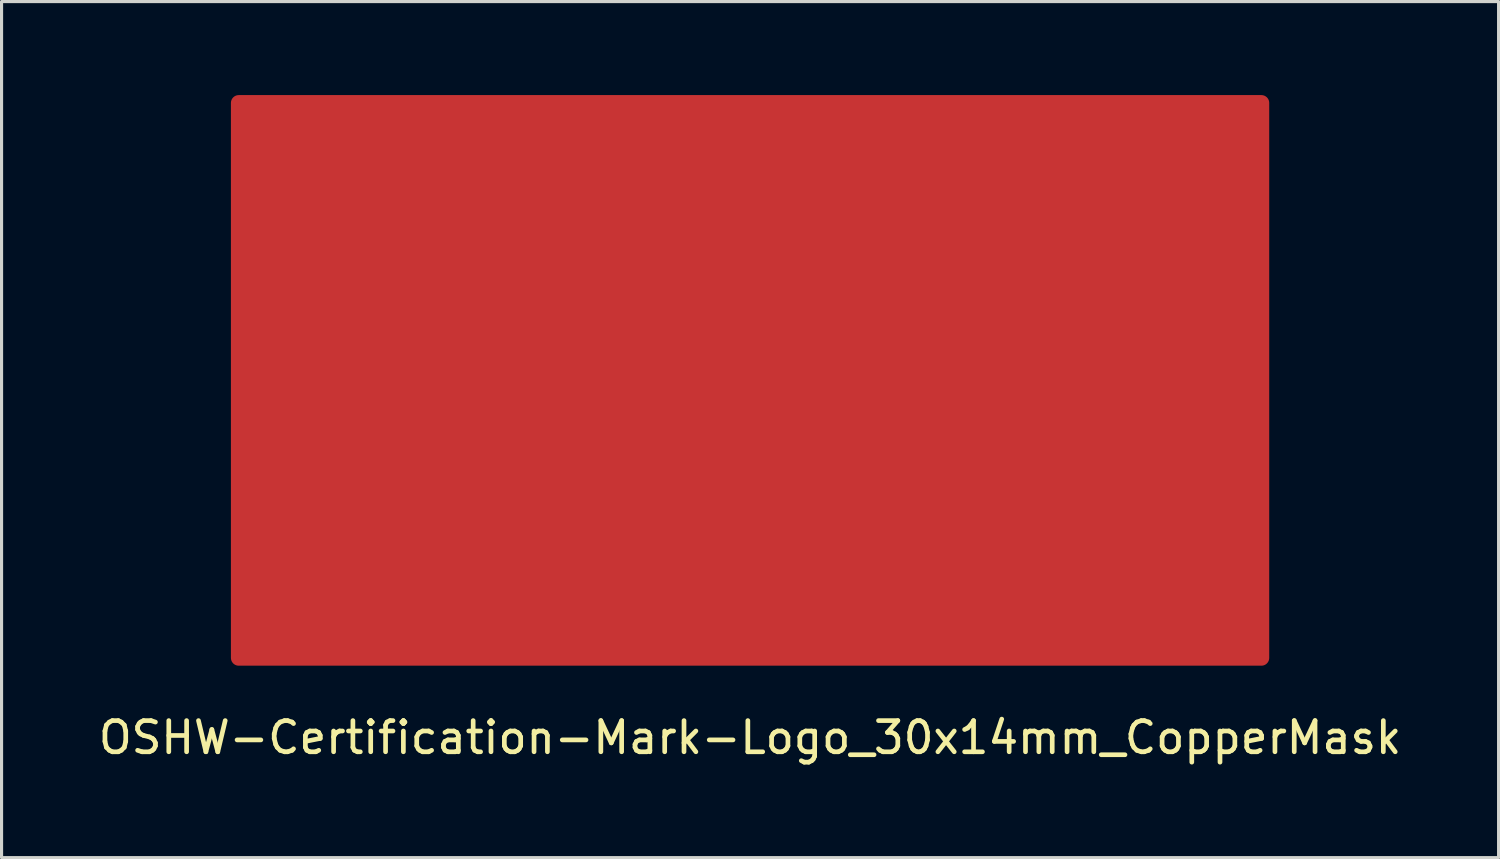
<source format=kicad_pcb>
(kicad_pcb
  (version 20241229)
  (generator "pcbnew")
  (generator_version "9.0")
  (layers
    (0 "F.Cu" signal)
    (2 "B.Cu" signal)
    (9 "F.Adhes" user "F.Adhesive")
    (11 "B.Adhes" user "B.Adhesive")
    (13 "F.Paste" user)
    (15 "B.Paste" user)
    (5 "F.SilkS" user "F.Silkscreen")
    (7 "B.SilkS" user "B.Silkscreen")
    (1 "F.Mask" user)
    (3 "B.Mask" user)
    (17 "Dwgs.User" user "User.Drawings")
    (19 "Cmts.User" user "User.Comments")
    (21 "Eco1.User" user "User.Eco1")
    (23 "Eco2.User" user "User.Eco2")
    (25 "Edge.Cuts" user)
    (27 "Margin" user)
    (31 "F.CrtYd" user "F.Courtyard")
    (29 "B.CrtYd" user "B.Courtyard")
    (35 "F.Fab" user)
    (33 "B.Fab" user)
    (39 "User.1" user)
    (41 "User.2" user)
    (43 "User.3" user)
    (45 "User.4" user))
  (footprint "OSHW-Certification-Mark-Logo_30x14mm_CopperMask"
    (layer "F.Cu")
    (at 21.006 8.85)
    (property "Reference" "OSHW-Certification-Mark-Logo_30x14mm_CopperMask" (at 0.000231 11.756 0) (unlocked yes) (layer "F.SilkS") (effects (font (size 1 1) (thickness 0.15))))
    (attr board_only exclude_from_pos_files exclude_from_bom allow_missing_courtyard)
    (fp_rect (start -16.4 -8.6) (end 16.4 9.2) (stroke (width 0.5) (type solid)) (fill yes) (layer "F.Cu"))
    (fp_poly (pts (xy -6.956 1.072) (xy -6.956 1.072) (xy -6.956 1.072)) (stroke (width 0) (type solid)) (fill yes) (layer "F.Mask"))
    (fp_poly (pts (xy -1.579 -2.248) (xy -1.579 -2.248) (xy -1.579 -2.248)) (stroke (width 0) (type solid)) (fill yes) (layer "F.Mask"))
    (fp_poly (pts (xy 15 7.843) (xy -15 7.843) (xy -15 -5.995) (xy -15 -5.995) (xy 9.67 -5.995) (xy 9.67 -4.775) (xy -13.78 -4.775) (xy -13.78 6.623) (xy 13.78 6.623) (xy 13.807 -5.995) (xy 15 -5.995)) (stroke (width 0) (type solid)) (fill yes) (layer "F.Mask"))
    (fp_poly (pts (xy 1.087 0.424) (xy 3.723 0.424) (xy 3.723 -2.492) (xy 4.69 -2.492) (xy 4.69 4.622) (xy 3.723 4.622) (xy 3.723 1.234) (xy 1.087 1.234) (xy 1.087 4.622) (xy 0.12 4.622) (xy 0.12 -2.492) (xy 1.087 -2.492)) (stroke (width 0) (type solid)) (fill yes) (layer "F.Mask"))
    (fp_poly (pts (xy 10.152 4.622) (xy 9.242 4.622) (xy 8.274 0.396) (xy 7.312 4.622) (xy 6.402 4.622) (xy 5.339 -2.492) (xy 6.278 -2.492) (xy 6.959 3.283) (xy 7.769 -0.538) (xy 8.775 -0.538) (xy 9.594 3.293) (xy 11.902 -7.778) (xy 12.841 -7.778)) (stroke (width 0) (type solid)) (fill yes) (layer "F.Mask"))
    (fp_poly (pts (xy -9.19 -2.617) (xy -9.047 -2.607) (xy -8.908 -2.589) (xy -8.774 -2.564) (xy -8.645 -2.531) (xy -8.521 -2.492) (xy -8.402 -2.446) (xy -8.288 -2.392) (xy -8.178 -2.331) (xy -8.073 -2.263) (xy -7.974 -2.188) (xy -7.878 -2.106) (xy -7.788 -2.017) (xy -7.703 -1.92) (xy -7.622 -1.817) (xy -7.547 -1.706) (xy -7.475 -1.588) (xy -7.408 -1.462) (xy -7.346 -1.329) (xy -7.288 -1.189) (xy -7.235 -1.041) (xy -7.187 -0.886) (xy -7.143 -0.724) (xy -7.104 -0.554) (xy -7.069 -0.377) (xy -7.039 -0.192) (xy -7.014 0.00025) (xy -6.993 0.2) (xy -6.977 0.407) (xy -6.965 0.621) (xy -6.958 0.843) (xy -6.956 1.072) (xy -6.958 1.301) (xy -6.965 1.522) (xy -6.977 1.736) (xy -6.993 1.942) (xy -7.014 2.141) (xy -7.039 2.333) (xy -7.069 2.518) (xy -7.104 2.695) (xy -7.143 2.864) (xy -7.187 3.026) (xy -7.235 3.181) (xy -7.288 3.329) (xy -7.346 3.469) (xy -7.408 3.602) (xy -7.475 3.727) (xy -7.547 3.845) (xy -7.584 3.902) (xy -7.622 3.956) (xy -7.662 4.009) (xy -7.703 4.06) (xy -7.745 4.109) (xy -7.788 4.156) (xy -7.833 4.202) (xy -7.878 4.246) (xy -7.925 4.288) (xy -7.974 4.328) (xy -8.023 4.366) (xy -8.073 4.403) (xy -8.125 4.438) (xy -8.178 4.471) (xy -8.232 4.502) (xy -8.288 4.532) (xy -8.344 4.559) (xy -8.402 4.585) (xy -8.461 4.609) (xy -8.521 4.632) (xy -8.583 4.652) (xy -8.645 4.671) (xy -8.709 4.688) (xy -8.774 4.703) (xy -8.841 4.716) (xy -8.908 4.728) (xy -9.047 4.746) (xy -9.19 4.757) (xy -9.338 4.76) (xy -9.487 4.757) (xy -9.63 4.746) (xy -9.769 4.728) (xy -9.902 4.703) (xy -10.031 4.671) (xy -10.155 4.632) (xy -10.275 4.586) (xy -10.389 4.533) (xy -10.499 4.472) (xy -10.603 4.405) (xy -10.703 4.33) (xy -10.798 4.248) (xy -10.888 4.159) (xy -10.974 4.063) (xy -11.054 3.96) (xy -11.13 3.85) (xy -11.201 3.733) (xy -11.267 3.608) (xy -11.329 3.475) (xy -11.386 3.335) (xy -11.439 3.188) (xy -11.487 3.033) (xy -11.531 2.87) (xy -11.57 2.701) (xy -11.604 2.523) (xy -11.634 2.338) (xy -11.659 2.146) (xy -11.68 1.946) (xy -11.696 1.739) (xy -11.707 1.524) (xy -11.714 1.302) (xy -11.716 1.072) (xy -10.711 1.072) (xy -10.706 1.449) (xy -10.691 1.798) (xy -10.666 2.119) (xy -10.631 2.412) (xy -10.61 2.548) (xy -10.586 2.678) (xy -10.56 2.8) (xy -10.531 2.915) (xy -10.5 3.024) (xy -10.466 3.125) (xy -10.43 3.219) (xy -10.391 3.307) (xy -10.349 3.388) (xy -10.327 3.427) (xy -10.304 3.464) (xy -10.28 3.5) (xy -10.256 3.535) (xy -10.23 3.569) (xy -10.204 3.601) (xy -10.177 3.632) (xy -10.149 3.661) (xy -10.121 3.689) (xy -10.092 3.716) (xy -10.061 3.742) (xy -10.03 3.766) (xy -9.999 3.789) (xy -9.966 3.811) (xy -9.933 3.831) (xy -9.899 3.85) (xy -9.864 3.868) (xy -9.828 3.884) (xy -9.792 3.899) (xy -9.755 3.913) (xy -9.716 3.926) (xy -9.678 3.937) (xy -9.638 3.947) (xy -9.598 3.955) (xy -9.556 3.962) (xy -9.514 3.968) (xy -9.472 3.973) (xy -9.428 3.976) (xy -9.338 3.979) (xy -9.248 3.976) (xy -9.161 3.968) (xy -9.078 3.955) (xy -8.997 3.937) (xy -8.92 3.914) (xy -8.846 3.885) (xy -8.776 3.851) (xy -8.708 3.812) (xy -8.644 3.768) (xy -8.583 3.718) (xy -8.525 3.663) (xy -8.471 3.603) (xy -8.42 3.538) (xy -8.372 3.468) (xy -8.327 3.392) (xy -8.285 3.312) (xy -8.246 3.224) (xy -8.209 3.13) (xy -8.175 3.028) (xy -8.144 2.92) (xy -8.114 2.804) (xy -8.088 2.682) (xy -8.064 2.552) (xy -8.042 2.416) (xy -8.023 2.272) (xy -8.007 2.122) (xy -7.993 1.964) (xy -7.982 1.8) (xy -7.973 1.628) (xy -7.966 1.45) (xy -7.963 1.264) (xy -7.961 1.072) (xy -7.966 0.694) (xy -7.982 0.344) (xy -8.007 0.022) (xy -8.042 -0.272) (xy -8.064 -0.408) (xy -8.088 -0.538) (xy -8.114 -0.66) (xy -8.144 -0.776) (xy -8.175 -0.884) (xy -8.209 -0.986) (xy -8.246 -1.08) (xy -8.285 -1.168) (xy -8.327 -1.249) (xy -8.349 -1.288) (xy -8.372 -1.325) (xy -8.395 -1.361) (xy -8.42 -1.396) (xy -8.445 -1.429) (xy -8.471 -1.461) (xy -8.498 -1.492) (xy -8.525 -1.522) (xy -8.554 -1.55) (xy -8.583 -1.577) (xy -8.613 -1.603) (xy -8.644 -1.627) (xy -8.676 -1.65) (xy -8.708 -1.671) (xy -8.742 -1.692) (xy -8.776 -1.711) (xy -8.811 -1.728) (xy -8.846 -1.745) (xy -8.883 -1.76) (xy -8.92 -1.774) (xy -8.958 -1.786) (xy -8.997 -1.797) (xy -9.037 -1.807) (xy -9.078 -1.816) (xy -9.119 -1.823) (xy -9.161 -1.829) (xy -9.204 -1.833) (xy -9.248 -1.837) (xy -9.338 -1.839) (xy -9.428 -1.837) (xy -9.514 -1.829) (xy -9.598 -1.816) (xy -9.678 -1.797) (xy -9.754 -1.774) (xy -9.828 -1.745) (xy -9.899 -1.711) (xy -9.966 -1.671) (xy -10.03 -1.627) (xy -10.091 -1.577) (xy -10.149 -1.522) (xy -10.204 -1.461) (xy -10.256 -1.396) (xy -10.304 -1.325) (xy -10.349 -1.249) (xy -10.391 -1.168) (xy -10.43 -1.08) (xy -10.466 -0.986) (xy -10.5 -0.884) (xy -10.531 -0.776) (xy -10.56 -0.66) (xy -10.586 -0.538) (xy -10.61 -0.408) (xy -10.631 -0.272) (xy -10.65 -0.128) (xy -10.666 0.022) (xy -10.68 0.18) (xy -10.691 0.344) (xy -10.699 0.516) (xy -10.706 0.694) (xy -10.709 0.88) (xy -10.711 1.072) (xy -11.716 1.072) (xy -11.716 1.072) (xy -11.714 0.843) (xy -11.707 0.621) (xy -11.696 0.407) (xy -11.68 0.2) (xy -11.659 0.00025) (xy -11.634 -0.192) (xy -11.604 -0.377) (xy -11.57 -0.554) (xy -11.531 -0.724) (xy -11.487 -0.886) (xy -11.439 -1.041) (xy -11.386 -1.189) (xy -11.329 -1.329) (xy -11.267 -1.462) (xy -11.201 -1.588) (xy -11.13 -1.706) (xy -11.093 -1.762) (xy -11.054 -1.817) (xy -11.014 -1.869) (xy -10.973 -1.92) (xy -10.931 -1.969) (xy -10.887 -2.017) (xy -10.842 -2.062) (xy -10.797 -2.106) (xy -10.749 -2.148) (xy -10.701 -2.188) (xy -10.652 -2.227) (xy -10.601 -2.263) (xy -10.549 -2.298) (xy -10.496 -2.331) (xy -10.442 -2.363) (xy -10.387 -2.392) (xy -10.33 -2.42) (xy -10.272 -2.446) (xy -10.213 -2.47) (xy -10.153 -2.492) (xy -10.092 -2.513) (xy -10.029 -2.531) (xy -9.966 -2.548) (xy -9.901 -2.564) (xy -9.767 -2.589) (xy -9.629 -2.607) (xy -9.486 -2.617) (xy -9.338 -2.621)) (stroke (width 0) (type solid)) (fill yes) (layer "F.Mask"))
    (fp_poly (pts (xy -3.292 -2.618) (xy -3.187 -2.614) (xy -3.082 -2.606) (xy -2.974 -2.596) (xy -2.866 -2.582) (xy -2.756 -2.566) (xy -2.645 -2.547) (xy -2.532 -2.524) (xy -2.419 -2.5) (xy -2.303 -2.473) (xy -2.186 -2.443) (xy -2.068 -2.41) (xy -1.948 -2.374) (xy -1.827 -2.335) (xy -1.704 -2.293) (xy -1.579 -2.248) (xy -1.579 -1.271) (xy -1.689 -1.339) (xy -1.799 -1.403) (xy -1.909 -1.462) (xy -2.019 -1.518) (xy -2.129 -1.568) (xy -2.24 -1.615) (xy -2.35 -1.657) (xy -2.461 -1.695) (xy -2.571 -1.729) (xy -2.681 -1.758) (xy -2.791 -1.782) (xy -2.902 -1.802) (xy -3.013 -1.818) (xy -3.124 -1.829) (xy -3.235 -1.836) (xy -3.347 -1.838) (xy -3.431 -1.837) (xy -3.513 -1.833) (xy -3.593 -1.827) (xy -3.67 -1.818) (xy -3.745 -1.807) (xy -3.818 -1.793) (xy -3.889 -1.777) (xy -3.957 -1.758) (xy -4.023 -1.737) (xy -4.087 -1.713) (xy -4.149 -1.687) (xy -4.209 -1.658) (xy -4.266 -1.627) (xy -4.321 -1.594) (xy -4.374 -1.557) (xy -4.424 -1.519) (xy -4.472 -1.479) (xy -4.517 -1.437) (xy -4.559 -1.393) (xy -4.597 -1.348) (xy -4.633 -1.3) (xy -4.665 -1.251) (xy -4.695 -1.201) (xy -4.721 -1.148) (xy -4.744 -1.094) (xy -4.764 -1.038) (xy -4.781 -0.981) (xy -4.795 -0.921) (xy -4.806 -0.86) (xy -4.814 -0.797) (xy -4.818 -0.732) (xy -4.82 -0.666) (xy -4.819 -0.608) (xy -4.816 -0.551) (xy -4.811 -0.497) (xy -4.804 -0.444) (xy -4.795 -0.393) (xy -4.784 -0.344) (xy -4.77 -0.296) (xy -4.755 -0.25) (xy -4.738 -0.206) (xy -4.719 -0.164) (xy -4.698 -0.123) (xy -4.675 -0.084) (xy -4.65 -0.047) (xy -4.623 -0.012) (xy -4.594 0.022) (xy -4.562 0.054) (xy -4.528 0.084) (xy -4.49 0.114) (xy -4.448 0.144) (xy -4.403 0.172) (xy -4.355 0.201) (xy -4.303 0.228) (xy -4.247 0.255) (xy -4.188 0.281) (xy -4.126 0.307) (xy -4.06 0.332) (xy -3.99 0.356) (xy -3.917 0.38) (xy -3.841 0.403) (xy -3.761 0.425) (xy -3.677 0.447) (xy -3.59 0.468) (xy -3.085 0.583) (xy -2.962 0.613) (xy -2.844 0.645) (xy -2.729 0.679) (xy -2.619 0.716) (xy -2.513 0.755) (xy -2.411 0.795) (xy -2.314 0.838) (xy -2.22 0.883) (xy -2.131 0.93) (xy -2.047 0.979) (xy -1.966 1.03) (xy -1.89 1.083) (xy -1.818 1.138) (xy -1.75 1.195) (xy -1.686 1.255) (xy -1.627 1.316) (xy -1.572 1.38) (xy -1.52 1.447) (xy -1.472 1.517) (xy -1.427 1.589) (xy -1.386 1.664) (xy -1.348 1.743) (xy -1.314 1.823) (xy -1.284 1.907) (xy -1.257 1.994) (xy -1.234 2.083) (xy -1.214 2.175) (xy -1.198 2.271) (xy -1.186 2.368) (xy -1.177 2.469) (xy -1.171 2.573) (xy -1.17 2.679) (xy -1.172 2.804) (xy -1.18 2.925) (xy -1.192 3.043) (xy -1.209 3.157) (xy -1.231 3.266) (xy -1.258 3.373) (xy -1.29 3.475) (xy -1.327 3.574) (xy -1.369 3.669) (xy -1.415 3.76) (xy -1.467 3.847) (xy -1.523 3.931) (xy -1.585 4.011) (xy -1.651 4.087) (xy -1.723 4.159) (xy -1.799 4.228) (xy -1.88 4.292) (xy -1.965 4.353) (xy -2.055 4.409) (xy -2.149 4.461) (xy -2.248 4.509) (xy -2.351 4.553) (xy -2.458 4.593) (xy -2.571 4.628) (xy -2.687 4.659) (xy -2.808 4.686) (xy -2.934 4.709) (xy -3.064 4.728) (xy -3.198 4.743) (xy -3.337 4.753) (xy -3.481 4.759) (xy -3.628 4.761) (xy -3.754 4.76) (xy -3.879 4.755) (xy -4.004 4.746) (xy -4.13 4.734) (xy -4.256 4.719) (xy -4.382 4.7) (xy -4.508 4.678) (xy -4.634 4.652) (xy -4.76 4.624) (xy -4.887 4.593) (xy -5.013 4.558) (xy -5.14 4.52) (xy -5.267 4.478) (xy -5.394 4.433) (xy -5.521 4.385) (xy -5.649 4.333) (xy -5.649 3.308) (xy -5.513 3.392) (xy -5.379 3.47) (xy -5.247 3.543) (xy -5.116 3.61) (xy -4.988 3.67) (xy -4.862 3.725) (xy -4.737 3.775) (xy -4.615 3.818) (xy -4.492 3.856) (xy -4.369 3.889) (xy -4.246 3.917) (xy -4.123 3.939) (xy -3.999 3.957) (xy -3.876 3.97) (xy -3.752 3.977) (xy -3.628 3.98) (xy -3.539 3.979) (xy -3.451 3.975) (xy -3.366 3.969) (xy -3.284 3.96) (xy -3.204 3.948) (xy -3.127 3.934) (xy -3.053 3.918) (xy -2.98 3.899) (xy -2.911 3.877) (xy -2.844 3.853) (xy -2.779 3.827) (xy -2.717 3.798) (xy -2.658 3.766) (xy -2.601 3.732) (xy -2.546 3.695) (xy -2.494 3.656) (xy -2.445 3.614) (xy -2.399 3.57) (xy -2.357 3.524) (xy -2.317 3.476) (xy -2.281 3.425) (xy -2.248 3.373) (xy -2.218 3.319) (xy -2.191 3.263) (xy -2.167 3.205) (xy -2.146 3.145) (xy -2.129 3.082) (xy -2.115 3.018) (xy -2.104 2.952) (xy -2.096 2.884) (xy -2.091 2.813) (xy -2.089 2.741) (xy -2.09 2.675) (xy -2.094 2.612) (xy -2.099 2.55) (xy -2.107 2.49) (xy -2.117 2.432) (xy -2.129 2.376) (xy -2.143 2.322) (xy -2.16 2.271) (xy -2.178 2.221) (xy -2.199 2.173) (xy -2.222 2.127) (xy -2.247 2.083) (xy -2.275 2.041) (xy -2.305 2) (xy -2.336 1.962) (xy -2.37 1.926) (xy -2.407 1.892) (xy -2.446 1.858) (xy -2.489 1.825) (xy -2.535 1.794) (xy -2.584 1.763) (xy -2.636 1.734) (xy -2.692 1.705) (xy -2.751 1.677) (xy -2.813 1.651) (xy -2.878 1.625) (xy -2.946 1.601) (xy -3.018 1.577) (xy -3.093 1.554) (xy -3.172 1.533) (xy -3.253 1.512) (xy -3.338 1.493) (xy -3.852 1.374) (xy -3.974 1.345) (xy -4.092 1.314) (xy -4.205 1.282) (xy -4.314 1.247) (xy -4.419 1.211) (xy -4.519 1.173) (xy -4.616 1.134) (xy -4.708 1.092) (xy -4.796 1.049) (xy -4.879 1.004) (xy -4.958 0.957) (xy -5.034 0.909) (xy -5.104 0.859) (xy -5.171 0.807) (xy -5.233 0.753) (xy -5.291 0.697) (xy -5.346 0.639) (xy -5.396 0.579) (xy -5.444 0.516) (xy -5.487 0.451) (xy -5.528 0.384) (xy -5.564 0.314) (xy -5.598 0.242) (xy -5.627 0.167) (xy -5.654 0.09) (xy -5.676 0.01) (xy -5.696 -0.072) (xy -5.711 -0.156) (xy -5.724 -0.243) (xy -5.732 -0.332) (xy -5.738 -0.424) (xy -5.739 -0.518) (xy -5.737 -0.636) (xy -5.729 -0.75) (xy -5.717 -0.862) (xy -5.699 -0.971) (xy -5.677 -1.077) (xy -5.65 -1.179) (xy -5.617 -1.279) (xy -5.58 -1.376) (xy -5.537 -1.47) (xy -5.49 -1.561) (xy -5.438 -1.648) (xy -5.38 -1.733) (xy -5.318 -1.815) (xy -5.25 -1.894) (xy -5.178 -1.97) (xy -5.101 -2.043) (xy -5.019 -2.113) (xy -4.933 -2.178) (xy -4.845 -2.239) (xy -4.753 -2.295) (xy -4.658 -2.347) (xy -4.559 -2.394) (xy -4.458 -2.437) (xy -4.353 -2.475) (xy -4.244 -2.509) (xy -4.133 -2.538) (xy -4.018 -2.563) (xy -3.9 -2.584) (xy -3.779 -2.599) (xy -3.654 -2.611) (xy -3.526 -2.617) (xy -3.395 -2.62)) (stroke (width 0) (type solid)) (fill yes) (layer "F.Mask")))
  (gr_rect
    (start -3 -3)
    (end 45.012 24.455)
    (stroke (width 0.1) (type default))
    (fill no)
    (layer "Edge.Cuts")))
</source>
